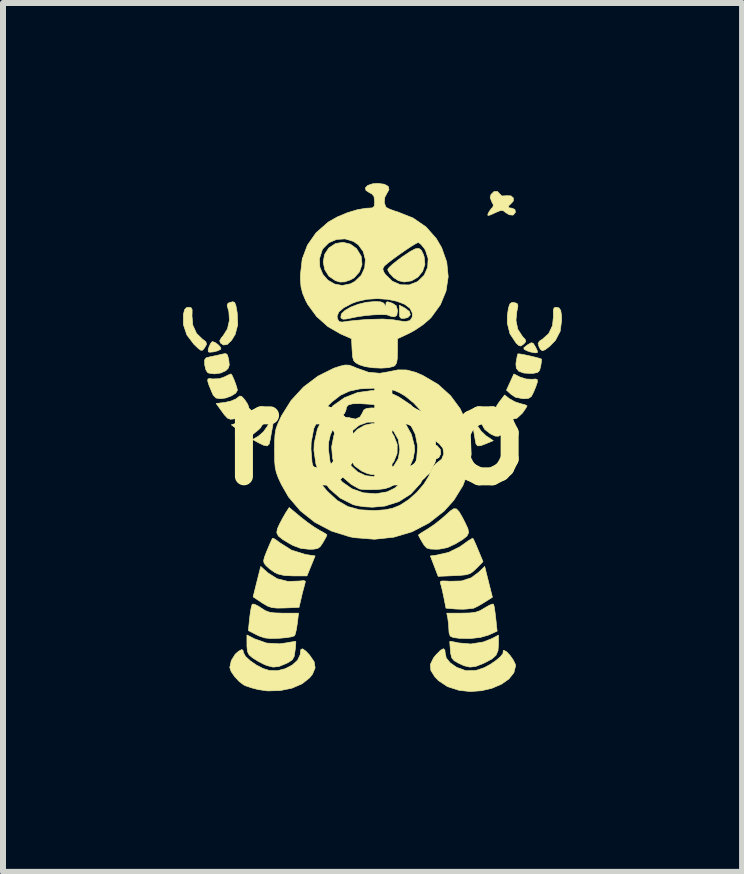
<source format=kicad_pcb>
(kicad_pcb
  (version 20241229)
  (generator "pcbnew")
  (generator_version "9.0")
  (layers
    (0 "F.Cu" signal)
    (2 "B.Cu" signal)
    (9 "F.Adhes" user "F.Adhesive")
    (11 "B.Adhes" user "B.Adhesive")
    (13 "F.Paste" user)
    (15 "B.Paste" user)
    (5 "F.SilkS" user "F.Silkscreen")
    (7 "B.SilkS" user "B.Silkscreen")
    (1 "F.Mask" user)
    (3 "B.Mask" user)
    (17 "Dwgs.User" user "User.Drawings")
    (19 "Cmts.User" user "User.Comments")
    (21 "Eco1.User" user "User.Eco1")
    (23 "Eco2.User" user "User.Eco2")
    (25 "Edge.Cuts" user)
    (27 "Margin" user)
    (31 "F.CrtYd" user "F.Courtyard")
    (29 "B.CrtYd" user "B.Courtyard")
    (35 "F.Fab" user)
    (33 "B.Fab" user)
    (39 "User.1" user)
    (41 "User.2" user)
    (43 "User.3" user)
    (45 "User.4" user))
  (footprint "robo"
    (layer "F.Cu")
    (at 3.191 4.196)
    (property "Reference" "robo" (at 0 0 0) (layer "F.SilkS") (effects (font (size 1.524 1.524) (thickness 0.3))))
    (attr through_hole)
    (fp_poly (pts (xy 0.51 -2.11) (xy 0.58 -2.055) (xy 0.595 -2) (xy 0.555 -1.957) (xy 0.5 -1.943) (xy 0.442 -1.942) (xy 0.418 -1.969) (xy 0.413 -2.042) (xy 0.413 -2.047) (xy 0.413 -2.161) (xy 0.51 -2.11)) (stroke (width 0.01) (type solid)) (fill yes) (layer "F.SilkS"))
    (fp_poly (pts (xy -2.654 -1.538) (xy -2.602 -1.499) (xy -2.565 -1.456) (xy -2.561 -1.429) (xy -2.613 -1.402) (xy -2.686 -1.383) (xy -2.75 -1.378) (xy -2.771 -1.385) (xy -2.773 -1.423) (xy -2.752 -1.484) (xy -2.723 -1.538) (xy -2.701 -1.556) (xy -2.654 -1.538)) (stroke (width 0.01) (type solid)) (fill yes) (layer "F.SilkS"))
    (fp_poly (pts (xy 1.04 0.178) (xy 1.094 0.24) (xy 1.102 0.314) (xy 1.07 0.378) (xy 1.002 0.412) (xy 0.984 0.413) (xy 0.917 0.39) (xy 0.89 0.367) (xy 0.863 0.296) (xy 0.88 0.227) (xy 0.929 0.176) (xy 0.995 0.162) (xy 1.04 0.178)) (stroke (width 0.01) (type solid)) (fill yes) (layer "F.SilkS"))
    (fp_poly (pts (xy 2.643 -1.526) (xy 2.678 -1.469) (xy 2.683 -1.461) (xy 2.713 -1.396) (xy 2.711 -1.371) (xy 2.676 -1.367) (xy 2.601 -1.381) (xy 2.548 -1.398) (xy 2.491 -1.426) (xy 2.486 -1.452) (xy 2.536 -1.492) (xy 2.555 -1.505) (xy 2.61 -1.536) (xy 2.643 -1.526)) (stroke (width 0.01) (type solid)) (fill yes) (layer "F.SilkS"))
    (fp_poly (pts (xy -1.689 -0.223) (xy -1.697 -0.151) (xy -1.718 -0.045) (xy -1.737 0.068) (xy -1.737 0.071) (xy -1.756 0.151) (xy -1.789 0.183) (xy -1.851 0.171) (xy -1.929 0.133) (xy -2.033 0.077) (xy -1.935 0.02) (xy -1.854 -0.05) (xy -1.789 -0.14) (xy -1.786 -0.146) (xy -1.739 -0.225) (xy -1.705 -0.251) (xy -1.689 -0.223)) (stroke (width 0.01) (type solid)) (fill yes) (layer "F.SilkS"))
    (fp_poly (pts (xy 1.678 -0.217) (xy 1.714 -0.15) (xy 1.774 -0.064) (xy 1.857 0.015) (xy 1.87 0.023) (xy 1.977 0.095) (xy 1.863 0.143) (xy 1.768 0.179) (xy 1.715 0.182) (xy 1.688 0.147) (xy 1.674 0.071) (xy 1.655 -0.041) (xy 1.634 -0.148) (xy 1.634 -0.151) (xy 1.626 -0.228) (xy 1.643 -0.25) (xy 1.678 -0.217)) (stroke (width 0.01) (type solid)) (fill yes) (layer "F.SilkS"))
    (fp_poly (pts (xy 2.418 -0.966) (xy 2.524 -0.932) (xy 2.624 -0.927) (xy 2.682 -0.932) (xy 2.711 -0.92) (xy 2.712 -0.881) (xy 2.686 -0.804) (xy 2.647 -0.709) (xy 2.61 -0.639) (xy 2.562 -0.609) (xy 2.478 -0.603) (xy 2.348 -0.627) (xy 2.275 -0.675) (xy 2.197 -0.746) (xy 2.259 -0.881) (xy 2.32 -1.016) (xy 2.418 -0.966)) (stroke (width 0.01) (type solid)) (fill yes) (layer "F.SilkS"))
    (fp_poly (pts (xy -1.944 -0.365) (xy -1.934 -0.358) (xy -1.86 -0.29) (xy -1.848 -0.21) (xy -1.898 -0.122) (xy -1.929 -0.09) (xy -2.02 -0.017) (xy -2.095 0.007) (xy -2.175 -0.018) (xy -2.254 -0.07) (xy -2.387 -0.168) (xy -2.265 -0.21) (xy -2.17 -0.258) (xy -2.094 -0.322) (xy -2.085 -0.332) (xy -2.042 -0.385) (xy -2.004 -0.394) (xy -1.944 -0.365)) (stroke (width 0.01) (type solid)) (fill yes) (layer "F.SilkS"))
    (fp_poly (pts (xy -0.404 -3.179) (xy -0.3 -3.103) (xy -0.227 -2.983) (xy -0.222 -2.969) (xy -0.21 -2.84) (xy -0.252 -2.717) (xy -0.339 -2.619) (xy -0.401 -2.584) (xy -0.5 -2.55) (xy -0.575 -2.547) (xy -0.654 -2.571) (xy -0.763 -2.646) (xy -0.831 -2.755) (xy -0.856 -2.881) (xy -0.833 -3.008) (xy -0.764 -3.114) (xy -0.651 -3.189) (xy -0.526 -3.209) (xy -0.404 -3.179)) (stroke (width 0.01) (type solid)) (fill yes) (layer "F.SilkS"))
    (fp_poly (pts (xy 1.953 -0.377) (xy 2.003 -0.339) (xy 2.047 -0.296) (xy 2.155 -0.214) (xy 2.243 -0.189) (xy 2.334 -0.188) (xy 2.207 -0.079) (xy 2.121 -0.009) (xy 2.062 0.022) (xy 2.008 0.019) (xy 1.937 -0.014) (xy 1.93 -0.018) (xy 1.834 -0.093) (xy 1.786 -0.18) (xy 1.788 -0.267) (xy 1.842 -0.341) (xy 1.86 -0.352) (xy 1.912 -0.379) (xy 1.953 -0.377)) (stroke (width 0.01) (type solid)) (fill yes) (layer "F.SilkS"))
    (fp_poly (pts (xy 0.778 -3.078) (xy 0.812 -3.009) (xy 0.826 -2.967) (xy 0.838 -2.841) (xy 0.799 -2.724) (xy 0.721 -2.629) (xy 0.615 -2.567) (xy 0.493 -2.548) (xy 0.397 -2.57) (xy 0.319 -2.62) (xy 0.249 -2.693) (xy 0.217 -2.752) (xy 0.237 -2.785) (xy 0.299 -2.843) (xy 0.392 -2.917) (xy 0.458 -2.965) (xy 0.587 -3.052) (xy 0.676 -3.1) (xy 0.737 -3.108) (xy 0.778 -3.078)) (stroke (width 0.01) (type solid)) (fill yes) (layer "F.SilkS"))
    (fp_poly (pts (xy 2.245 -0.604) (xy 2.335 -0.553) (xy 2.432 -0.521) (xy 2.504 -0.503) (xy 2.539 -0.486) (xy 2.54 -0.484) (xy 2.522 -0.45) (xy 2.479 -0.386) (xy 2.459 -0.36) (xy 2.371 -0.278) (xy 2.275 -0.257) (xy 2.175 -0.291) (xy 2.104 -0.344) (xy 2.059 -0.391) (xy 2.029 -0.437) (xy 2.03 -0.478) (xy 2.067 -0.536) (xy 2.086 -0.561) (xy 2.166 -0.666) (xy 2.245 -0.604)) (stroke (width 0.01) (type solid)) (fill yes) (layer "F.SilkS"))
    (fp_poly (pts (xy -2.452 -1.334) (xy -2.433 -1.265) (xy -2.43 -1.25) (xy -2.421 -1.163) (xy -2.441 -1.108) (xy -2.477 -1.072) (xy -2.562 -1.032) (xy -2.667 -1.017) (xy -2.76 -1.029) (xy -2.783 -1.04) (xy -2.811 -1.085) (xy -2.83 -1.164) (xy -2.831 -1.174) (xy -2.833 -1.248) (xy -2.807 -1.284) (xy -2.737 -1.303) (xy -2.731 -1.304) (xy -2.627 -1.325) (xy -2.536 -1.347) (xy -2.481 -1.356) (xy -2.452 -1.334)) (stroke (width 0.01) (type solid)) (fill yes) (layer "F.SilkS"))
    (fp_poly (pts (xy -2.214 -0.642) (xy -2.168 -0.591) (xy -2.163 -0.585) (xy -2.117 -0.516) (xy -2.096 -0.464) (xy -2.095 -0.462) (xy -2.122 -0.404) (xy -2.189 -0.341) (xy -2.276 -0.289) (xy -2.34 -0.267) (xy -2.402 -0.261) (xy -2.45 -0.279) (xy -2.502 -0.334) (xy -2.54 -0.386) (xy -2.64 -0.524) (xy -2.497 -0.541) (xy -2.394 -0.564) (xy -2.31 -0.6) (xy -2.292 -0.614) (xy -2.247 -0.648) (xy -2.214 -0.642)) (stroke (width 0.01) (type solid)) (fill yes) (layer "F.SilkS"))
    (fp_poly (pts (xy 1.656 1.757) (xy 1.69 1.833) (xy 1.728 1.924) (xy 1.806 2.111) (xy 1.696 2.223) (xy 1.639 2.277) (xy 1.587 2.311) (xy 1.522 2.33) (xy 1.426 2.34) (xy 1.323 2.345) (xy 1.059 2.356) (xy 0.994 2.186) (xy 0.929 2.016) (xy 1.012 2.006) (xy 1.23 1.958) (xy 1.418 1.865) (xy 1.478 1.823) (xy 1.559 1.764) (xy 1.618 1.729) (xy 1.638 1.723) (xy 1.656 1.757)) (stroke (width 0.01) (type solid)) (fill yes) (layer "F.SilkS"))
    (fp_poly (pts (xy -3.058 -2.12) (xy -3.04 -2.088) (xy -3.041 -2.013) (xy -3.043 -1.988) (xy -3.029 -1.829) (xy -2.967 -1.692) (xy -2.873 -1.6) (xy -2.811 -1.552) (xy -2.8 -1.509) (xy -2.835 -1.448) (xy -2.838 -1.444) (xy -2.866 -1.412) (xy -2.895 -1.41) (xy -2.94 -1.443) (xy -3.01 -1.51) (xy -3.128 -1.666) (xy -3.186 -1.839) (xy -3.186 -2.007) (xy -3.165 -2.089) (xy -3.131 -2.123) (xy -3.099 -2.127) (xy -3.058 -2.12)) (stroke (width 0.01) (type solid)) (fill yes) (layer "F.SilkS"))
    (fp_poly (pts (xy -2.332 -2.207) (xy -2.312 -2.159) (xy -2.294 -2.063) (xy -2.289 -2.031) (xy -2.28 -1.837) (xy -2.323 -1.674) (xy -2.384 -1.575) (xy -2.455 -1.507) (xy -2.518 -1.498) (xy -2.565 -1.53) (xy -2.581 -1.567) (xy -2.553 -1.618) (xy -2.522 -1.654) (xy -2.451 -1.768) (xy -2.419 -1.91) (xy -2.428 -2.055) (xy -2.439 -2.092) (xy -2.457 -2.16) (xy -2.442 -2.194) (xy -2.408 -2.208) (xy -2.361 -2.219) (xy -2.332 -2.207)) (stroke (width 0.01) (type solid)) (fill yes) (layer "F.SilkS"))
    (fp_poly (pts (xy -1.777 2.299) (xy -1.625 2.395) (xy -1.443 2.441) (xy -1.251 2.434) (xy -1.178 2.426) (xy -1.153 2.439) (xy -1.162 2.482) (xy -1.163 2.486) (xy -1.183 2.558) (xy -1.21 2.661) (xy -1.222 2.715) (xy -1.259 2.873) (xy -1.495 2.883) (xy -1.622 2.885) (xy -1.709 2.877) (xy -1.78 2.853) (xy -1.857 2.809) (xy -1.878 2.795) (xy -2.024 2.698) (xy -1.961 2.444) (xy -1.897 2.191) (xy -1.777 2.299)) (stroke (width 0.01) (type solid)) (fill yes) (layer "F.SilkS"))
    (fp_poly (pts (xy 3.072 -2.116) (xy 3.101 -2.074) (xy 3.114 -1.988) (xy 3.116 -1.909) (xy 3.092 -1.728) (xy 3.014 -1.577) (xy 2.92 -1.48) (xy 2.842 -1.42) (xy 2.794 -1.402) (xy 2.761 -1.428) (xy 2.739 -1.47) (xy 2.724 -1.525) (xy 2.749 -1.565) (xy 2.795 -1.594) (xy 2.901 -1.689) (xy 2.964 -1.823) (xy 2.98 -1.982) (xy 2.979 -1.988) (xy 2.977 -2.077) (xy 2.991 -2.118) (xy 3.022 -2.127) (xy 3.072 -2.116)) (stroke (width 0.01) (type solid)) (fill yes) (layer "F.SilkS"))
    (fp_poly (pts (xy -2.373 -0.99) (xy -2.344 -0.925) (xy -2.314 -0.847) (xy -2.292 -0.776) (xy -2.286 -0.743) (xy -2.314 -0.696) (xy -2.385 -0.651) (xy -2.477 -0.616) (xy -2.57 -0.603) (xy -2.642 -0.615) (xy -2.688 -0.661) (xy -2.71 -0.709) (xy -2.759 -0.828) (xy -2.781 -0.899) (xy -2.777 -0.933) (xy -2.747 -0.94) (xy -2.703 -0.933) (xy -2.585 -0.937) (xy -2.506 -0.965) (xy -2.436 -0.999) (xy -2.395 -1.016) (xy -2.393 -1.016) (xy -2.373 -0.99)) (stroke (width 0.01) (type solid)) (fill yes) (layer "F.SilkS"))
    (fp_poly (pts (xy 0.085 -0.166) (xy 0.204 -0.103) (xy 0.3 -0.017) (xy 0.321 0.013) (xy 0.377 0.159) (xy 0.375 0.308) (xy 0.32 0.446) (xy 0.216 0.558) (xy 0.141 0.604) (xy 0.038 0.649) (xy -0.04 0.662) (xy -0.121 0.643) (xy -0.206 0.607) (xy -0.332 0.517) (xy -0.413 0.393) (xy -0.445 0.249) (xy -0.423 0.098) (xy -0.38 0.006) (xy -0.29 -0.091) (xy -0.165 -0.162) (xy -0.035 -0.19) (xy -0.03 -0.191) (xy 0.085 -0.166)) (stroke (width 0.01) (type solid)) (fill yes) (layer "F.SilkS"))
    (fp_poly (pts (xy 2.338 -2.203) (xy 2.378 -2.185) (xy 2.388 -2.148) (xy 2.373 -2.072) (xy 2.371 -2.068) (xy 2.355 -1.91) (xy 2.385 -1.762) (xy 2.46 -1.645) (xy 2.461 -1.643) (xy 2.511 -1.589) (xy 2.519 -1.555) (xy 2.487 -1.518) (xy 2.482 -1.513) (xy 2.437 -1.481) (xy 2.401 -1.49) (xy 2.357 -1.532) (xy 2.255 -1.685) (xy 2.21 -1.864) (xy 2.212 -1.993) (xy 2.23 -2.114) (xy 2.253 -2.182) (xy 2.288 -2.208) (xy 2.338 -2.203)) (stroke (width 0.01) (type solid)) (fill yes) (layer "F.SilkS"))
    (fp_poly (pts (xy 2.421 -1.349) (xy 2.494 -1.336) (xy 2.587 -1.316) (xy 2.68 -1.294) (xy 2.751 -1.275) (xy 2.779 -1.264) (xy 2.78 -1.229) (xy 2.769 -1.157) (xy 2.767 -1.143) (xy 2.748 -1.074) (xy 2.715 -1.04) (xy 2.649 -1.027) (xy 2.602 -1.024) (xy 2.485 -1.031) (xy 2.403 -1.061) (xy 2.401 -1.063) (xy 2.361 -1.111) (xy 2.354 -1.184) (xy 2.36 -1.225) (xy 2.374 -1.303) (xy 2.386 -1.348) (xy 2.388 -1.351) (xy 2.421 -1.349)) (stroke (width 0.01) (type solid)) (fill yes) (layer "F.SilkS"))
    (fp_poly (pts (xy -1.669 1.731) (xy -1.61 1.772) (xy -1.581 1.795) (xy -1.385 1.919) (xy -1.154 1.991) (xy -1.123 1.996) (xy -0.991 2.016) (xy -1.127 2.349) (xy -1.349 2.349) (xy -1.503 2.342) (xy -1.611 2.317) (xy -1.667 2.29) (xy -1.749 2.232) (xy -1.815 2.172) (xy -1.815 2.171) (xy -1.842 2.134) (xy -1.849 2.094) (xy -1.834 2.033) (xy -1.795 1.933) (xy -1.791 1.924) (xy -1.749 1.824) (xy -1.716 1.751) (xy -1.7 1.721) (xy -1.669 1.731)) (stroke (width 0.01) (type solid)) (fill yes) (layer "F.SilkS"))
    (fp_poly (pts (xy 1.898 2.447) (xy 1.963 2.704) (xy 1.816 2.797) (xy 1.729 2.848) (xy 1.661 2.882) (xy 1.637 2.89) (xy 1.579 2.895) (xy 1.54 2.9) (xy 1.469 2.904) (xy 1.369 2.901) (xy 1.333 2.899) (xy 1.189 2.886) (xy 1.153 2.705) (xy 1.13 2.597) (xy 1.109 2.51) (xy 1.097 2.474) (xy 1.094 2.445) (xy 1.122 2.433) (xy 1.195 2.434) (xy 1.249 2.438) (xy 1.447 2.433) (xy 1.61 2.38) (xy 1.737 2.285) (xy 1.834 2.191) (xy 1.898 2.447)) (stroke (width 0.01) (type solid)) (fill yes) (layer "F.SilkS"))
    (fp_poly (pts (xy 1.981 2.821) (xy 1.993 2.864) (xy 2.006 2.951) (xy 2.019 3.058) (xy 2.041 3.269) (xy 1.901 3.333) (xy 1.765 3.373) (xy 1.595 3.392) (xy 1.415 3.389) (xy 1.31 3.375) (xy 1.259 3.351) (xy 1.24 3.293) (xy 1.238 3.256) (xy 1.232 3.15) (xy 1.22 3.06) (xy 1.202 2.969) (xy 1.452 2.969) (xy 1.587 2.966) (xy 1.681 2.954) (xy 1.754 2.929) (xy 1.83 2.885) (xy 1.834 2.882) (xy 1.912 2.837) (xy 1.967 2.817) (xy 1.981 2.821)) (stroke (width 0.01) (type solid)) (fill yes) (layer "F.SilkS"))
    (fp_poly (pts (xy 2.064 3.488) (xy 2.056 3.593) (xy 2.024 3.669) (xy 1.958 3.73) (xy 1.844 3.791) (xy 1.809 3.808) (xy 1.686 3.856) (xy 1.589 3.868) (xy 1.492 3.846) (xy 1.408 3.808) (xy 1.326 3.762) (xy 1.285 3.714) (xy 1.267 3.639) (xy 1.263 3.594) (xy 1.256 3.505) (xy 1.252 3.449) (xy 1.253 3.439) (xy 1.282 3.441) (xy 1.354 3.455) (xy 1.398 3.465) (xy 1.603 3.483) (xy 1.81 3.45) (xy 1.944 3.397) (xy 2.064 3.335) (xy 2.064 3.488)) (stroke (width 0.01) (type solid)) (fill yes) (layer "F.SilkS"))
    (fp_poly (pts (xy -2.003 3.396) (xy -1.798 3.468) (xy -1.582 3.48) (xy -1.476 3.465) (xy -1.385 3.449) (xy -1.326 3.44) (xy -1.313 3.44) (xy -1.313 3.471) (xy -1.319 3.546) (xy -1.325 3.595) (xy -1.34 3.69) (xy -1.371 3.746) (xy -1.436 3.79) (xy -1.475 3.809) (xy -1.594 3.858) (xy -1.691 3.868) (xy -1.794 3.842) (xy -1.836 3.825) (xy -1.94 3.772) (xy -2.034 3.713) (xy -2.091 3.664) (xy -2.119 3.607) (xy -2.127 3.518) (xy -2.127 3.49) (xy -2.127 3.332) (xy -2.003 3.396)) (stroke (width 0.01) (type solid)) (fill yes) (layer "F.SilkS"))
    (fp_poly (pts (xy -2 2.821) (xy -1.932 2.855) (xy -1.892 2.882) (xy -1.822 2.927) (xy -1.753 2.953) (xy -1.666 2.965) (xy -1.54 2.969) (xy -1.519 2.969) (xy -1.267 2.969) (xy -1.288 3.143) (xy -1.304 3.245) (xy -1.323 3.321) (xy -1.335 3.346) (xy -1.378 3.362) (xy -1.466 3.377) (xy -1.581 3.387) (xy -1.594 3.388) (xy -1.73 3.392) (xy -1.827 3.382) (xy -1.912 3.355) (xy -1.964 3.331) (xy -2.103 3.26) (xy -2.082 3.051) (xy -2.068 2.94) (xy -2.051 2.856) (xy -2.037 2.818) (xy -2 2.821)) (stroke (width 0.01) (type solid)) (fill yes) (layer "F.SilkS"))
    (fp_poly (pts (xy -1.233 1.367) (xy -1.122 1.454) (xy -1.01 1.533) (xy -0.921 1.587) (xy -0.918 1.589) (xy -0.843 1.63) (xy -0.799 1.659) (xy -0.794 1.666) (xy -0.808 1.699) (xy -0.845 1.766) (xy -0.86 1.792) (xy -0.905 1.859) (xy -0.951 1.892) (xy -1.021 1.904) (xy -1.091 1.905) (xy -1.231 1.89) (xy -1.363 1.84) (xy -1.414 1.812) (xy -1.534 1.74) (xy -1.604 1.683) (xy -1.63 1.629) (xy -1.62 1.564) (xy -1.585 1.487) (xy -1.533 1.388) (xy -1.484 1.303) (xy -1.469 1.279) (xy -1.423 1.209) (xy -1.233 1.367)) (stroke (width 0.01) (type solid)) (fill yes) (layer "F.SilkS"))
    (fp_poly (pts (xy 1.364 1.233) (xy 1.408 1.28) (xy 1.464 1.376) (xy 1.512 1.471) (xy 1.555 1.563) (xy 1.566 1.629) (xy 1.539 1.684) (xy 1.469 1.741) (xy 1.351 1.812) (xy 1.213 1.877) (xy 1.079 1.903) (xy 1.027 1.905) (xy 0.928 1.901) (xy 0.869 1.884) (xy 0.827 1.84) (xy 0.797 1.792) (xy 0.755 1.719) (xy 0.732 1.674) (xy 0.73 1.668) (xy 0.755 1.647) (xy 0.82 1.606) (xy 0.881 1.569) (xy 0.989 1.497) (xy 1.109 1.403) (xy 1.185 1.336) (xy 1.264 1.265) (xy 1.319 1.229) (xy 1.364 1.233)) (stroke (width 0.01) (type solid)) (fill yes) (layer "F.SilkS"))
    (fp_poly (pts (xy 2.085 -4.015) (xy 2.12 -3.981) (xy 2.194 -3.985) (xy 2.195 -3.986) (xy 2.271 -3.983) (xy 2.313 -3.947) (xy 2.31 -3.895) (xy 2.275 -3.857) (xy 2.228 -3.811) (xy 2.24 -3.784) (xy 2.286 -3.778) (xy 2.337 -3.757) (xy 2.347 -3.711) (xy 2.314 -3.668) (xy 2.301 -3.662) (xy 2.243 -3.668) (xy 2.189 -3.701) (xy 2.143 -3.735) (xy 2.1 -3.739) (xy 2.033 -3.713) (xy 2.014 -3.704) (xy 1.928 -3.665) (xy 1.888 -3.656) (xy 1.887 -3.677) (xy 1.904 -3.713) (xy 1.945 -3.772) (xy 1.969 -3.794) (xy 1.979 -3.833) (xy 1.954 -3.88) (xy 1.925 -3.955) (xy 1.939 -4.005) (xy 1.989 -4.055) (xy 2.046 -4.057) (xy 2.085 -4.015)) (stroke (width 0.01) (type solid)) (fill yes) (layer "F.SilkS"))
    (fp_poly (pts (xy 0.101 -2.217) (xy 0.152 -2.196) (xy 0.169 -2.167) (xy 0.181 -2.128) (xy 0.186 -2.15) (xy 0.187 -2.167) (xy 0.193 -2.209) (xy 0.217 -2.219) (xy 0.276 -2.201) (xy 0.3 -2.192) (xy 0.361 -2.151) (xy 0.381 -2.078) (xy 0.381 -2.065) (xy 0.37 -1.993) (xy 0.333 -1.969) (xy 0.323 -1.968) (xy 0.262 -1.979) (xy 0.243 -1.99) (xy 0.198 -2.002) (xy 0.106 -2.005) (xy -0.016 -2.001) (xy -0.151 -1.989) (xy -0.282 -1.97) (xy -0.364 -1.954) (xy -0.467 -1.932) (xy -0.525 -1.928) (xy -0.553 -1.943) (xy -0.563 -1.96) (xy -0.554 -2.016) (xy -0.494 -2.074) (xy -0.396 -2.13) (xy -0.273 -2.177) (xy -0.137 -2.21) (xy 0.000384 -2.222) (xy 0.003 -2.223) (xy 0.101 -2.217)) (stroke (width 0.01) (type solid)) (fill yes) (layer "F.SilkS"))
    (fp_poly (pts (xy 1.171 3.585) (xy 1.175 3.629) (xy 1.194 3.717) (xy 1.259 3.796) (xy 1.365 3.871) (xy 1.52 3.928) (xy 1.689 3.923) (xy 1.826 3.878) (xy 1.927 3.823) (xy 2.022 3.758) (xy 2.097 3.694) (xy 2.139 3.641) (xy 2.141 3.617) (xy 2.145 3.589) (xy 2.154 3.588) (xy 2.2 3.613) (xy 2.257 3.674) (xy 2.311 3.751) (xy 2.345 3.822) (xy 2.349 3.847) (xy 2.32 3.962) (xy 2.237 4.066) (xy 2.113 4.153) (xy 1.956 4.22) (xy 1.779 4.262) (xy 1.591 4.275) (xy 1.407 4.255) (xy 1.214 4.193) (xy 1.065 4.094) (xy 1.004 4.031) (xy 0.937 3.924) (xy 0.929 3.823) (xy 0.981 3.716) (xy 1.019 3.668) (xy 1.098 3.588) (xy 1.147 3.561) (xy 1.171 3.585)) (stroke (width 0.01) (type solid)) (fill yes) (layer "F.SilkS"))
    (fp_poly (pts (xy -1.143 3.604) (xy -1.083 3.668) (xy -1.007 3.779) (xy -0.991 3.881) (xy -1.034 3.985) (xy -1.081 4.045) (xy -1.208 4.146) (xy -1.377 4.219) (xy -1.574 4.259) (xy -1.781 4.265) (xy -1.937 4.243) (xy -2.047 4.214) (xy -2.141 4.183) (xy -2.179 4.166) (xy -2.257 4.107) (xy -2.333 4.025) (xy -2.391 3.94) (xy -2.413 3.873) (xy -2.387 3.758) (xy -2.321 3.652) (xy -2.267 3.605) (xy -2.214 3.575) (xy -2.193 3.589) (xy -2.185 3.628) (xy -2.151 3.69) (xy -2.073 3.762) (xy -1.971 3.833) (xy -1.859 3.891) (xy -1.757 3.924) (xy -1.623 3.928) (xy -1.49 3.895) (xy -1.372 3.834) (xy -1.284 3.754) (xy -1.24 3.662) (xy -1.238 3.637) (xy -1.229 3.574) (xy -1.199 3.563) (xy -1.143 3.604)) (stroke (width 0.01) (type solid)) (fill yes) (layer "F.SilkS"))
    (fp_poly (pts (xy 0.077 -0.445) (xy 0.079 -0.445) (xy 0.245 -0.403) (xy 0.395 -0.309) (xy 0.521 -0.175) (xy 0.613 -0.01) (xy 0.661 0.175) (xy 0.667 0.26) (xy 0.642 0.396) (xy 0.577 0.545) (xy 0.483 0.686) (xy 0.373 0.796) (xy 0.356 0.808) (xy 0.264 0.864) (xy 0.174 0.895) (xy 0.057 0.909) (xy 0.007 0.911) (xy -0.11 0.912) (xy -0.204 0.908) (xy -0.254 0.9) (xy -0.388 0.825) (xy -0.52 0.712) (xy -0.622 0.585) (xy -0.629 0.574) (xy -0.7 0.393) (xy -0.713 0.236) (xy -0.487 0.236) (xy -0.46 0.391) (xy -0.387 0.52) (xy -0.279 0.619) (xy -0.148 0.679) (xy -0.007 0.695) (xy 0.135 0.659) (xy 0.191 0.627) (xy 0.321 0.516) (xy 0.395 0.394) (xy 0.42 0.249) (xy 0.421 0.246) (xy 0.395 0.078) (xy 0.317 -0.061) (xy 0.192 -0.163) (xy 0.191 -0.163) (xy 0.035 -0.215) (xy -0.119 -0.212) (xy -0.26 -0.16) (xy -0.375 -0.065) (xy -0.455 0.065) (xy -0.487 0.224) (xy -0.487 0.236) (xy -0.713 0.236) (xy -0.716 0.199) (xy -0.678 0.006) (xy -0.59 -0.172) (xy -0.532 -0.245) (xy -0.474 -0.292) (xy -0.422 -0.29) (xy -0.407 -0.283) (xy -0.318 -0.264) (xy -0.243 -0.299) (xy -0.203 -0.367) (xy -0.181 -0.415) (xy -0.136 -0.441) (xy -0.054 -0.45) (xy 0.077 -0.445)) (stroke (width 0.01) (type solid)) (fill yes) (layer "F.SilkS"))
    (fp_poly (pts (xy 0.107 -0.735) (xy 0.212 -0.715) (xy 0.323 -0.672) (xy 0.405 -0.632) (xy 0.606 -0.498) (xy 0.767 -0.328) (xy 0.878 -0.131) (xy 0.901 -0.064) (xy 0.925 0.026) (xy 0.925 0.079) (xy 0.897 0.122) (xy 0.869 0.149) (xy 0.805 0.24) (xy 0.805 0.332) (xy 0.86 0.415) (xy 0.903 0.468) (xy 0.907 0.521) (xy 0.886 0.582) (xy 0.765 0.806) (xy 0.603 0.984) (xy 0.404 1.111) (xy 0.173 1.185) (xy -0.032 1.204) (xy -0.163 1.197) (xy -0.288 1.179) (xy -0.359 1.161) (xy -0.573 1.052) (xy -0.751 0.898) (xy -0.888 0.707) (xy -0.977 0.489) (xy -1.011 0.255) (xy -1.01 0.235) (xy -0.77 0.235) (xy -0.742 0.449) (xy -0.662 0.634) (xy -0.538 0.785) (xy -0.378 0.897) (xy -0.189 0.964) (xy 0.02 0.98) (xy 0.206 0.949) (xy 0.336 0.886) (xy 0.483 0.761) (xy 0.497 0.747) (xy 0.593 0.64) (xy 0.653 0.547) (xy 0.69 0.445) (xy 0.7 0.404) (xy 0.718 0.191) (xy 0.678 -0.012) (xy 0.587 -0.193) (xy 0.447 -0.342) (xy 0.362 -0.4) (xy 0.273 -0.446) (xy 0.175 -0.476) (xy 0.049 -0.498) (xy -0.089 -0.512) (xy -0.255 -0.522) (xy -0.367 -0.519) (xy -0.436 -0.5) (xy -0.469 -0.464) (xy -0.476 -0.416) (xy -0.501 -0.358) (xy -0.532 -0.33) (xy -0.578 -0.283) (xy -0.636 -0.201) (xy -0.679 -0.128) (xy -0.737 -0.002) (xy -0.765 0.118) (xy -0.77 0.235) (xy -1.01 0.235) (xy -1.006 0.137) (xy -0.952 -0.101) (xy -0.845 -0.311) (xy -0.693 -0.486) (xy -0.503 -0.62) (xy -0.282 -0.707) (xy -0.038 -0.74) (xy -0.025 -0.74) (xy 0.107 -0.735)) (stroke (width 0.01) (type solid)) (fill yes) (layer "F.SilkS"))
    (fp_poly (pts (xy -0.421 -1.162) (xy -0.335 -1.13) (xy -0.305 -1.116) (xy -0.102 -1.044) (xy 0.087 -1.027) (xy 0.222 -1.05) (xy 0.389 -1.084) (xy 0.534 -1.082) (xy 0.684 -1.043) (xy 0.802 -0.992) (xy 1.057 -0.842) (xy 1.265 -0.654) (xy 1.426 -0.436) (xy 1.537 -0.195) (xy 1.599 0.06) (xy 1.609 0.323) (xy 1.567 0.587) (xy 1.471 0.844) (xy 1.321 1.087) (xy 1.162 1.265) (xy 0.908 1.465) (xy 0.625 1.613) (xy 0.319 1.704) (xy -0.002 1.738) (xy -0.331 1.712) (xy -0.413 1.697) (xy -0.72 1.601) (xy -0.997 1.455) (xy -1.237 1.264) (xy -1.434 1.033) (xy -1.551 0.829) (xy -1.604 0.716) (xy -1.637 0.627) (xy -1.656 0.542) (xy -1.665 0.439) (xy -1.667 0.299) (xy -1.667 0.252) (xy -1.667 0.238) (xy -1.06 0.238) (xy -1.042 0.462) (xy -0.987 0.65) (xy -0.887 0.821) (xy -0.789 0.938) (xy -0.622 1.092) (xy -0.446 1.193) (xy -0.248 1.247) (xy -0.013 1.26) (xy 0.016 1.259) (xy 0.175 1.247) (xy 0.297 1.222) (xy 0.408 1.178) (xy 0.432 1.166) (xy 0.569 1.077) (xy 0.704 0.956) (xy 0.82 0.821) (xy 0.903 0.688) (xy 0.926 0.629) (xy 0.972 0.53) (xy 1.03 0.471) (xy 1.034 0.469) (xy 1.118 0.403) (xy 1.153 0.314) (xy 1.138 0.221) (xy 1.073 0.143) (xy 1.047 0.127) (xy 0.996 0.071) (xy 0.984 0.023) (xy 0.957 -0.103) (xy 0.885 -0.247) (xy 0.78 -0.394) (xy 0.652 -0.532) (xy 0.511 -0.647) (xy 0.422 -0.7) (xy 0.338 -0.738) (xy 0.255 -0.762) (xy 0.153 -0.774) (xy 0.013 -0.778) (xy -0.032 -0.778) (xy -0.247 -0.767) (xy -0.419 -0.73) (xy -0.568 -0.661) (xy -0.71 -0.551) (xy -0.765 -0.498) (xy -0.917 -0.312) (xy -1.013 -0.107) (xy -1.057 0.126) (xy -1.06 0.238) (xy -1.667 0.238) (xy -1.666 0.099) (xy -1.659 -0.01) (xy -1.644 -0.097) (xy -1.615 -0.18) (xy -1.569 -0.28) (xy -1.55 -0.32) (xy -1.391 -0.574) (xy -1.186 -0.797) (xy -0.945 -0.979) (xy -0.681 -1.111) (xy -0.581 -1.144) (xy -0.492 -1.165) (xy -0.421 -1.162)) (stroke (width 0.01) (type solid)) (fill yes) (layer "F.SilkS"))
    (fp_poly (pts (xy 0.162 -4.177) (xy 0.227 -4.141) (xy 0.24 -4.087) (xy 0.211 -4.037) (xy 0.17 -3.96) (xy 0.161 -3.872) (xy 0.185 -3.801) (xy 0.198 -3.788) (xy 0.252 -3.761) (xy 0.34 -3.729) (xy 0.381 -3.717) (xy 0.641 -3.614) (xy 0.856 -3.466) (xy 1.027 -3.273) (xy 1.117 -3.12) (xy 1.202 -2.88) (xy 1.226 -2.636) (xy 1.19 -2.397) (xy 1.096 -2.169) (xy 0.946 -1.962) (xy 0.911 -1.926) (xy 0.801 -1.833) (xy 0.667 -1.743) (xy 0.576 -1.694) (xy 0.382 -1.603) (xy 0.381 -1.39) (xy 0.378 -1.271) (xy 0.366 -1.2) (xy 0.342 -1.16) (xy 0.32 -1.144) (xy 0.234 -1.121) (xy 0.111 -1.113) (xy -0.027 -1.119) (xy -0.157 -1.138) (xy -0.254 -1.169) (xy -0.316 -1.203) (xy -0.35 -1.241) (xy -0.367 -1.303) (xy -0.374 -1.408) (xy -0.375 -1.413) (xy -0.384 -1.603) (xy -0.565 -1.682) (xy -0.779 -1.805) (xy -0.967 -1.974) (xy -0.97 -1.978) (xy -0.625 -1.978) (xy -0.619 -1.936) (xy -0.593 -1.889) (xy -0.543 -1.88) (xy -0.497 -1.886) (xy -0.421 -1.897) (xy -0.302 -1.909) (xy -0.16 -1.921) (xy -0.091 -1.925) (xy 0.138 -1.931) (xy 0.321 -1.917) (xy 0.378 -1.906) (xy 0.509 -1.887) (xy 0.591 -1.906) (xy 0.628 -1.965) (xy 0.629 -2.029) (xy 0.589 -2.11) (xy 0.5 -2.177) (xy 0.371 -2.227) (xy 0.217 -2.259) (xy 0.047 -2.271) (xy -0.126 -2.26) (xy -0.289 -2.224) (xy -0.371 -2.194) (xy -0.513 -2.12) (xy -0.596 -2.05) (xy -0.625 -1.978) (xy -0.97 -1.978) (xy -1.113 -2.173) (xy -1.148 -2.238) (xy -1.199 -2.359) (xy -1.226 -2.466) (xy -1.236 -2.592) (xy -1.236 -2.667) (xy -1.206 -2.929) (xy -1.204 -2.936) (xy -0.919 -2.936) (xy -0.913 -2.798) (xy -0.863 -2.676) (xy -0.778 -2.578) (xy -0.667 -2.514) (xy -0.54 -2.49) (xy -0.404 -2.517) (xy -0.328 -2.557) (xy -0.223 -2.659) (xy -0.174 -2.765) (xy 0.136 -2.765) (xy 0.153 -2.713) (xy 0.18 -2.673) (xy 0.295 -2.561) (xy 0.431 -2.502) (xy 0.575 -2.499) (xy 0.715 -2.554) (xy 0.72 -2.557) (xy 0.826 -2.661) (xy 0.884 -2.793) (xy 0.892 -2.938) (xy 0.847 -3.077) (xy 0.825 -3.112) (xy 0.773 -3.174) (xy 0.732 -3.206) (xy 0.727 -3.207) (xy 0.688 -3.189) (xy 0.612 -3.143) (xy 0.513 -3.077) (xy 0.405 -3.002) (xy 0.301 -2.926) (xy 0.216 -2.861) (xy 0.163 -2.815) (xy 0.158 -2.809) (xy 0.136 -2.765) (xy -0.174 -2.765) (xy -0.165 -2.785) (xy -0.154 -2.922) (xy -0.189 -3.054) (xy -0.27 -3.166) (xy -0.352 -3.224) (xy -0.492 -3.266) (xy -0.634 -3.257) (xy -0.762 -3.202) (xy -0.858 -3.106) (xy -0.873 -3.081) (xy -0.919 -2.936) (xy -1.204 -2.936) (xy -1.119 -3.162) (xy -0.976 -3.367) (xy -0.776 -3.543) (xy -0.758 -3.555) (xy -0.621 -3.632) (xy -0.456 -3.701) (xy -0.288 -3.752) (xy -0.142 -3.777) (xy -0.108 -3.778) (xy -0.036 -3.783) (xy -0.006 -3.811) (xy -0.000014 -3.882) (xy 0 -3.89) (xy -0.01 -3.973) (xy -0.048 -4.018) (xy -0.079 -4.032) (xy -0.144 -4.073) (xy -0.154 -4.117) (xy -0.114 -4.157) (xy -0.033 -4.184) (xy 0.05 -4.191) (xy 0.162 -4.177)) (stroke (width 0.01) (type solid)) (fill yes) (layer "F.SilkS")))
  (gr_rect
    (start -3 -3)
    (end 9.313 11.476)
    (stroke (width 0.1) (type default))
    (fill no)
    (layer "Edge.Cuts")))
</source>
